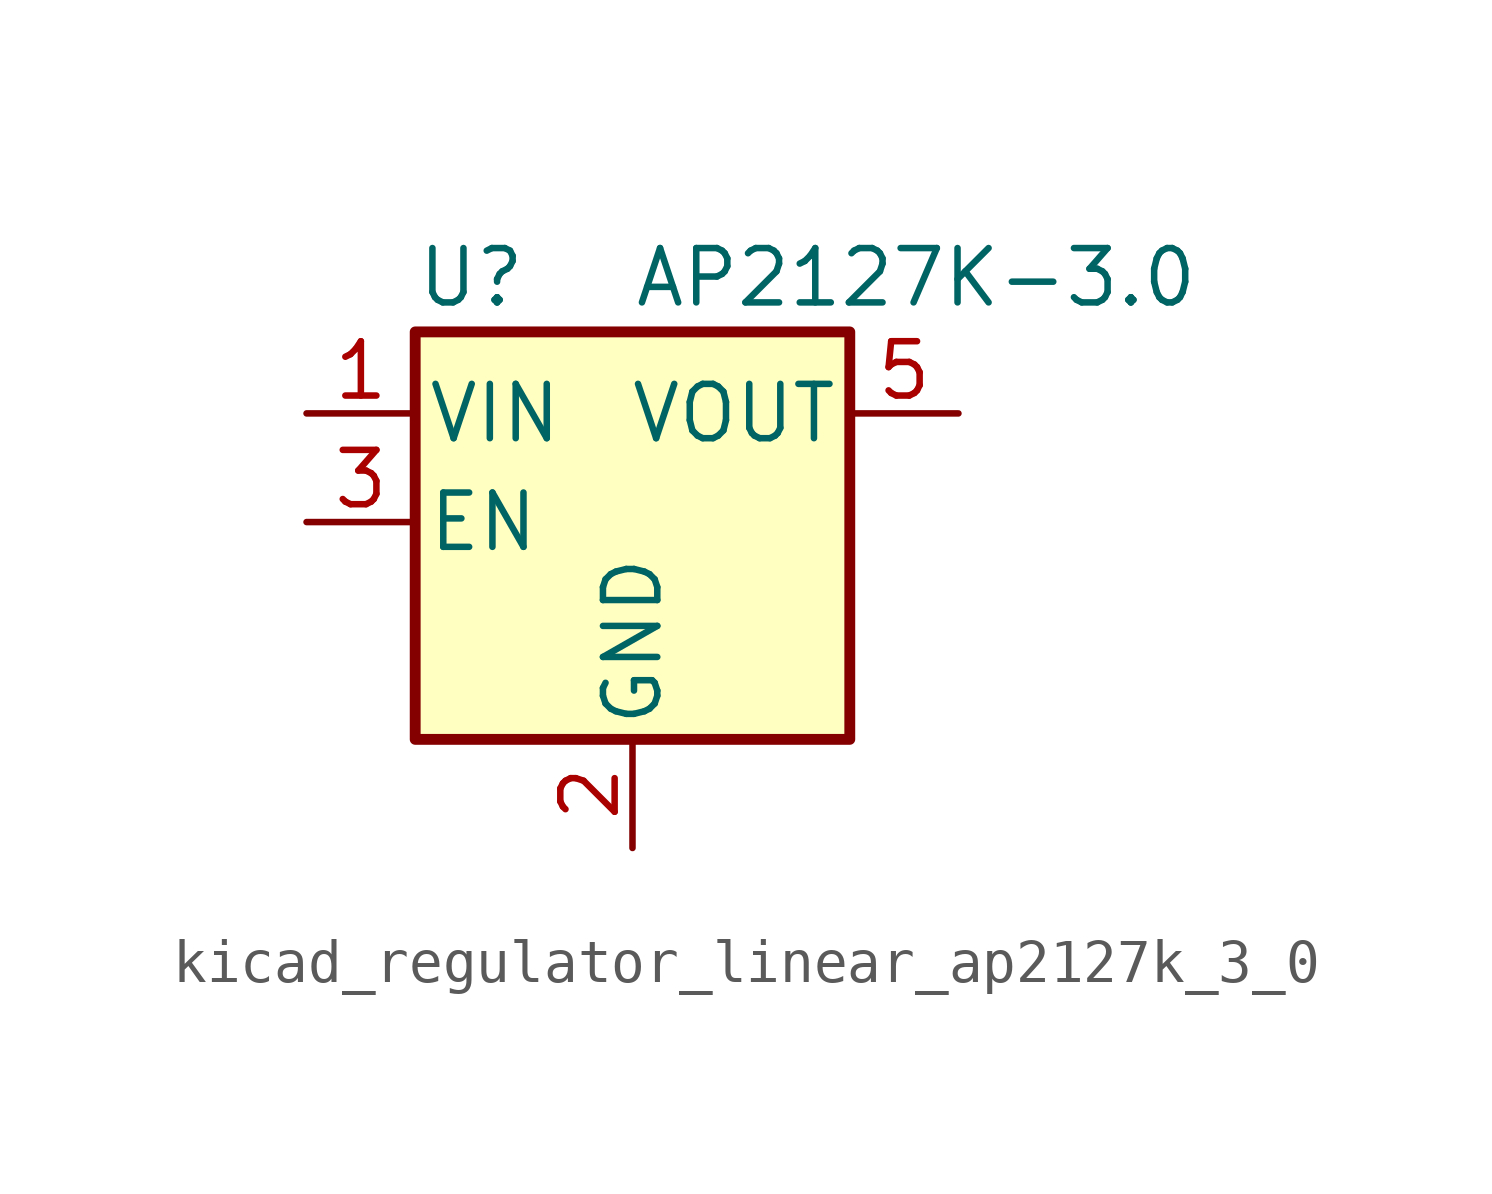
<source format=kicad_sym>
(kicad_symbol_lib
  (version 20220914)
  (generator kicad_symbol_editor)
  (symbol "kicad_regulator_linear_ap2127k_3_0"
    (pin_names
      (offset 0.254))
    (property "Reference" "U"
      (at -5.08 5.715 0)
      (effects (font (size 1.27 1.27)) (justify left)))
    (property "Value" "AP2127K-3.0"
      (at 0 5.715 0)
      (effects (font (size 1.27 1.27)) (justify left)))
    (symbol "kicad_regulator_linear_ap2127k_3_0_0_1"
      (rectangle (start -5.08 4.445) (end 5.08 -5.08) (stroke (width 0.254) (type default)) (fill (type background))))
    (symbol "kicad_regulator_linear_ap2127k_3_0_1_1"
      (pin power_in line (at -7.62 2.54 0) (length 2.54) (name "VIN" (effects (font (size 1.27 1.27)))) (number "1" (effects (font (size 1.27 1.27)))))
      (pin power_in line (at 0 -7.62 90) (length 2.54) (name "GND" (effects (font (size 1.27 1.27)))) (number "2" (effects (font (size 1.27 1.27)))))
      (pin input line (at -7.62 0 0) (length 2.54) (name "EN" (effects (font (size 1.27 1.27)))) (number "3" (effects (font (size 1.27 1.27)))))
      (pin no_connect line (at 5.08 0 180) (length 2.54) hide (name "NC" (effects (font (size 1.27 1.27)))) (number "4" (effects (font (size 1.27 1.27)))))
      (pin power_out line (at 7.62 2.54 180) (length 2.54) (name "VOUT" (effects (font (size 1.27 1.27)))) (number "5" (effects (font (size 1.27 1.27))))))))
</source>
